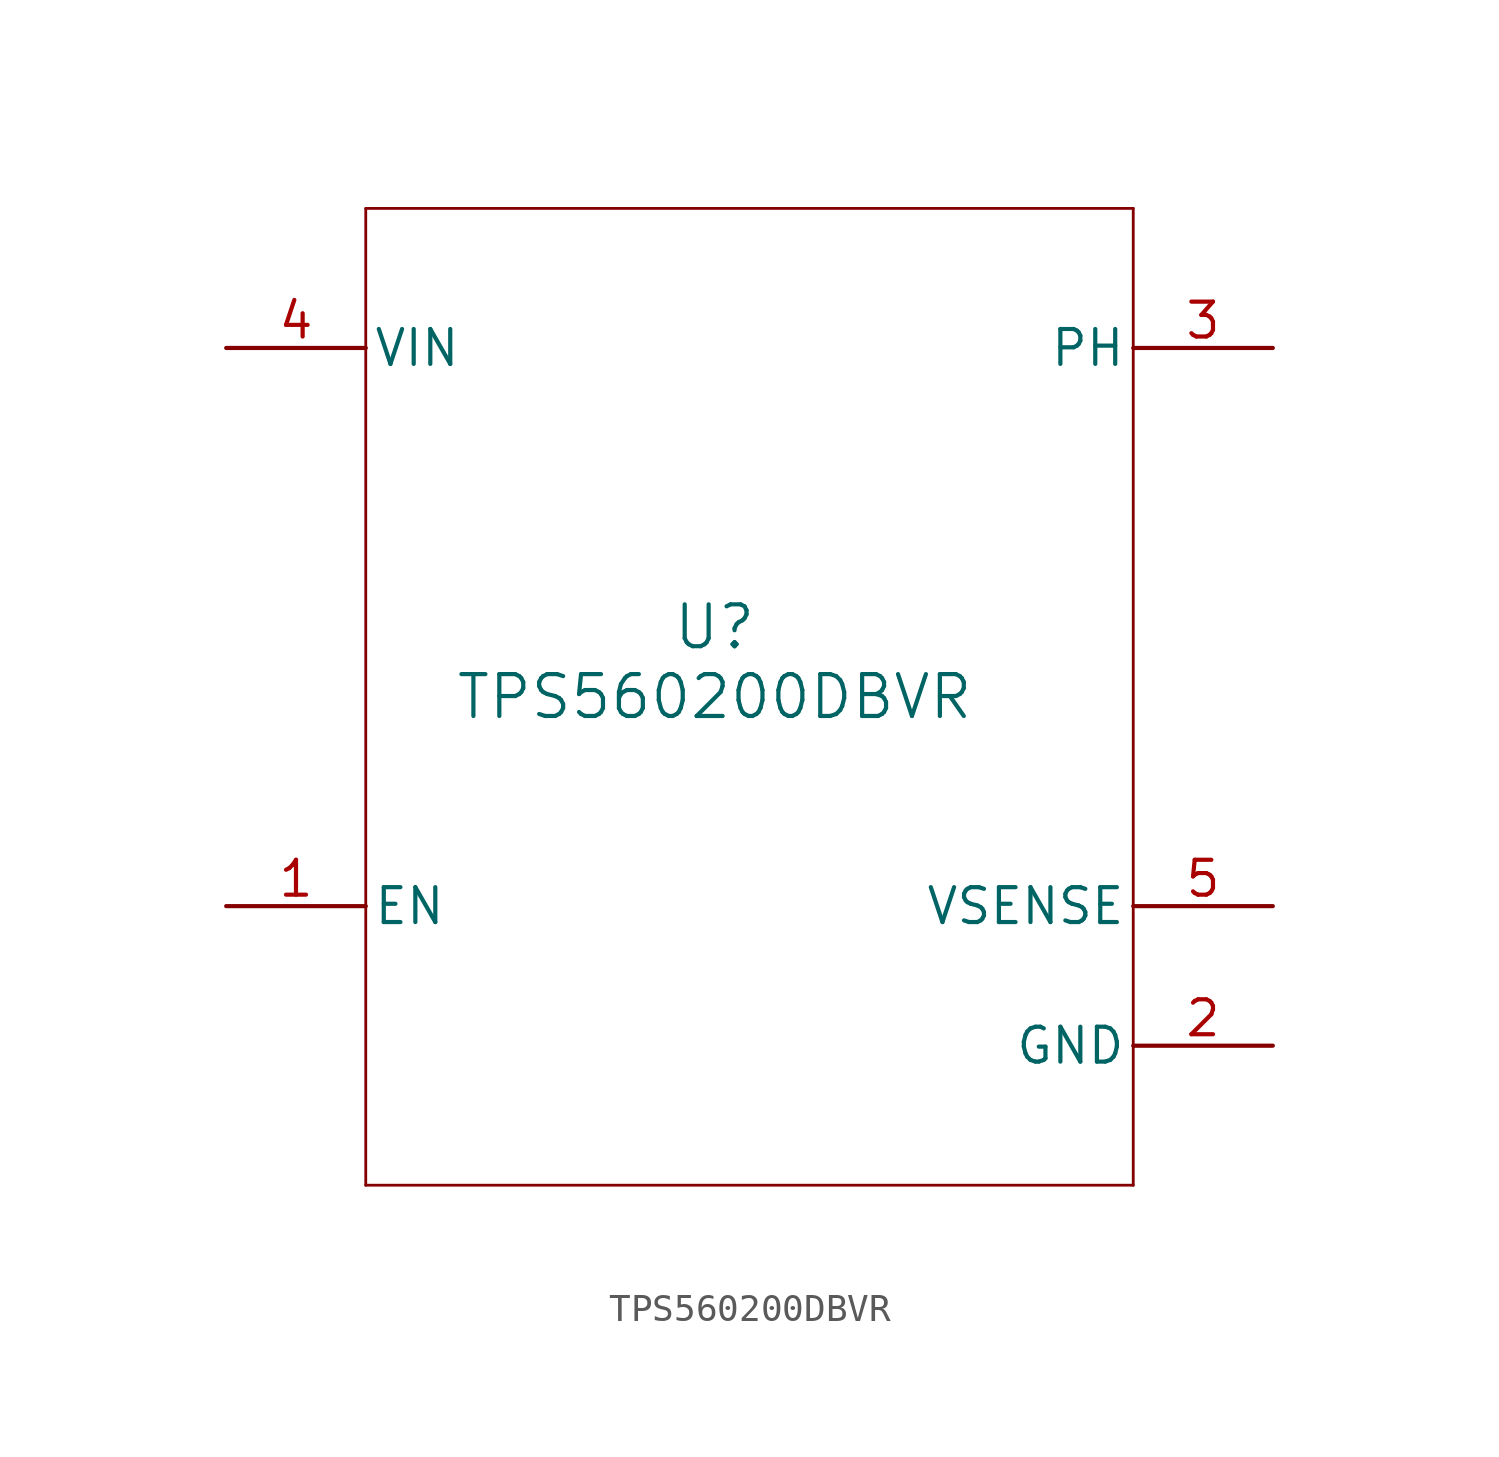
<source format=kicad_sym>
(kicad_symbol_lib
  (version 20211014)
  (generator kicad_symbol_editor)
  (symbol "TPS560200DBVR"
    (pin_names
      (offset 0.254))
    (property "Reference" "U"
      (at 0 2.54 0)
      (effects (font (size 1.524 1.524))))
    (property "Value" "TPS560200DBVR"
      (at 0 0 0)
      (effects (font (size 1.524 1.524))))
    (symbol "TPS560200DBVR_0_1"
      (polyline (pts (xy -12.7 -17.78) (xy 15.24 -17.78)) (stroke (width 0.102) (type default) (color 0 0 0 0)) (fill (type none)))
      (polyline (pts (xy 15.24 -17.78) (xy 15.24 17.78)) (stroke (width 0.102) (type default) (color 0 0 0 0)) (fill (type none)))
      (polyline (pts (xy 15.24 17.78) (xy -12.7 17.78)) (stroke (width 0.102) (type default) (color 0 0 0 0)) (fill (type none)))
      (polyline (pts (xy -12.7 17.78) (xy -12.7 -17.78)) (stroke (width 0.102) (type default) (color 0 0 0 0)) (fill (type none)))
      (pin input line (at -17.78 -7.62 0) (length 5.08) (name "EN" (effects (font (size 1.27 1.27)))) (number "1" (effects (font (size 1.27 1.27)))))
      (pin power_in line (at 20.32 -12.7 180) (length 5.08) (name "GND" (effects (font (size 1.27 1.27)))) (number "2" (effects (font (size 1.27 1.27)))))
      (pin power_in line (at 20.32 12.7 180) (length 5.08) (name "PH" (effects (font (size 1.27 1.27)))) (number "3" (effects (font (size 1.27 1.27)))))
      (pin power_in line (at -17.78 12.7 0) (length 5.08) (name "VIN" (effects (font (size 1.27 1.27)))) (number "4" (effects (font (size 1.27 1.27)))))
      (pin input line (at 20.32 -7.62 180) (length 5.08) (name "VSENSE" (effects (font (size 1.27 1.27)))) (number "5" (effects (font (size 1.27 1.27))))))))
</source>
